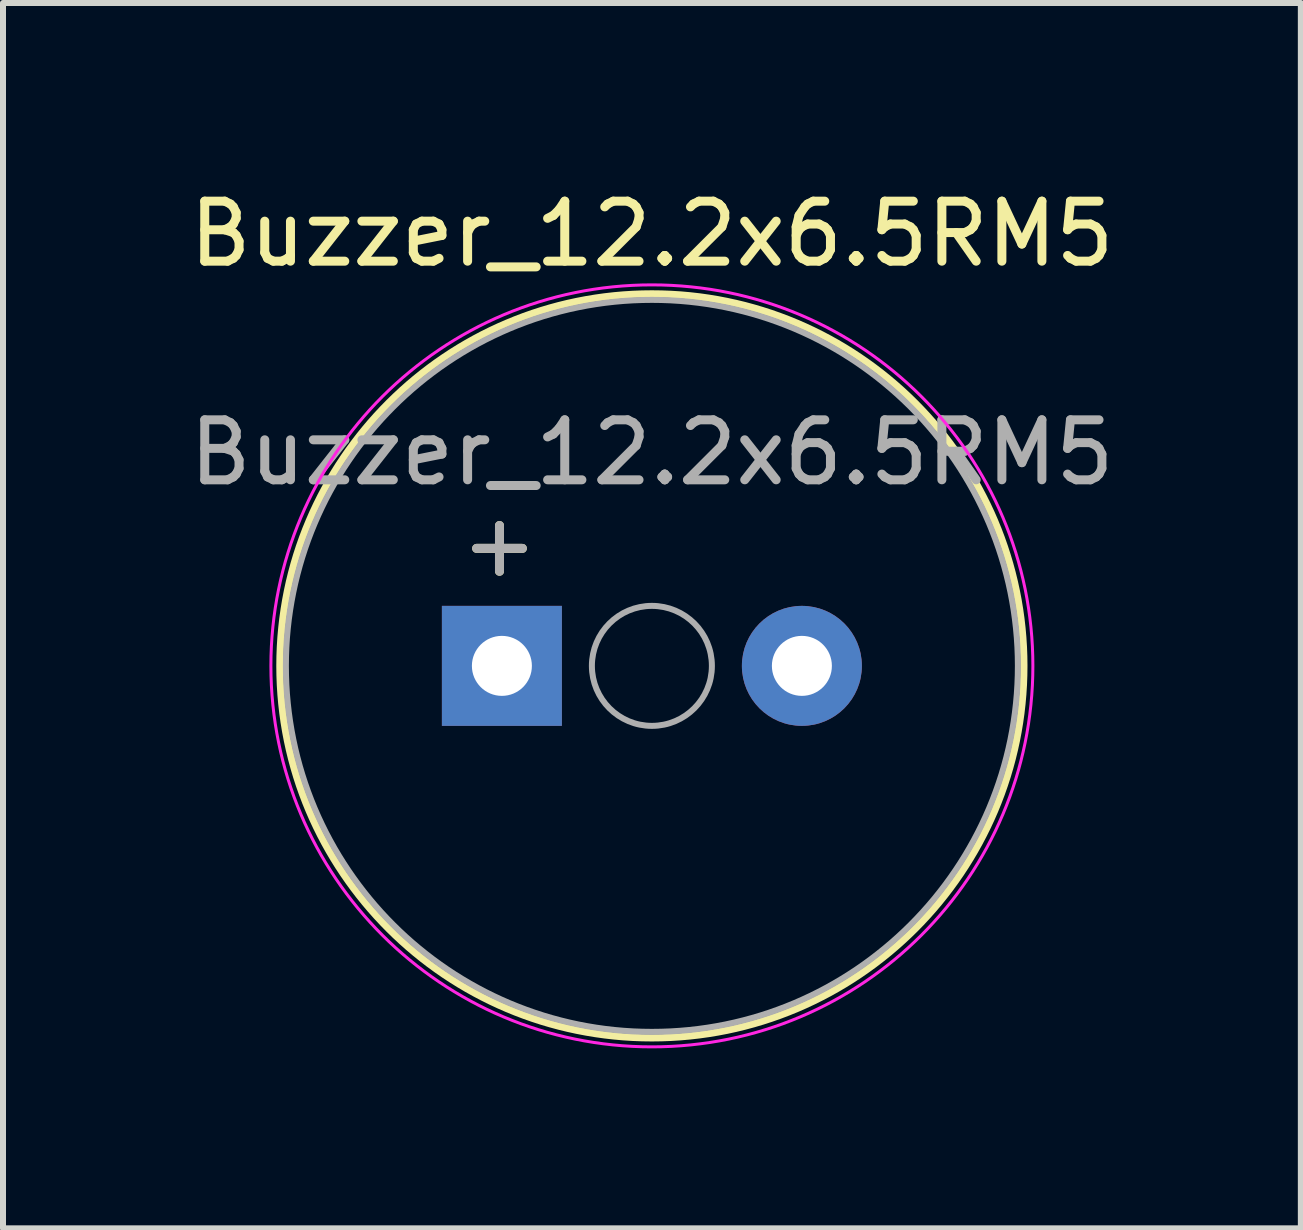
<source format=kicad_pcb>
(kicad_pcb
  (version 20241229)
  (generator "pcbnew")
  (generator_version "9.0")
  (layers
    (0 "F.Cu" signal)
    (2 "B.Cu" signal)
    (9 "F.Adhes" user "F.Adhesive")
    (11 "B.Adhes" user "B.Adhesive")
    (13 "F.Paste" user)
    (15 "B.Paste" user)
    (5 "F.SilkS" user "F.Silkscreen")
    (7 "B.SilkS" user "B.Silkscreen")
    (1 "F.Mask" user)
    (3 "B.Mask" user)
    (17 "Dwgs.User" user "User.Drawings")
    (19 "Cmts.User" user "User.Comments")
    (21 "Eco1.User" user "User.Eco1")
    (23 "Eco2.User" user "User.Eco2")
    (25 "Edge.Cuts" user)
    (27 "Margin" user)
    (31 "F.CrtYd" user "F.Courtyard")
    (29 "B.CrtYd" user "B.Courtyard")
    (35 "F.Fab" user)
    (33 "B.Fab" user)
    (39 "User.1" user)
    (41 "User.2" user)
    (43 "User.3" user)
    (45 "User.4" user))
  (footprint "Buzzer_12.2x6.5RM5"
    (layer "F.Cu")
    (at 7.815 8.048)
    (property "Reference" "Buzzer_12.2x6.5RM5" (at 0 -7.2 0) (layer "F.SilkS") (effects (font (size 1 1) (thickness 0.15))))
    (attr through_hole)
    (fp_circle (center 0 0) (end 6.2 0) (stroke (width 0.12) (type solid)) (fill no) (layer "F.SilkS"))
    (fp_circle (center 0 0) (end 6.35 0) (stroke (width 0.05) (type solid)) (fill no) (layer "F.CrtYd"))
    (fp_circle (center 0 0) (end 1 0) (stroke (width 0.1) (type solid)) (fill no) (layer "F.Fab"))
    (fp_circle (center 0 0) (end 6.1 0) (stroke (width 0.1) (type solid)) (fill no) (layer "F.Fab"))
    (fp_text user "+" (at -2.54 -2.032 0) (layer "F.SilkS") (effects (font (size 1 1) (thickness 0.15))))
    (fp_text user "+" (at -2.54 -2.032 0) (layer "F.Fab") (effects (font (size 1 1) (thickness 0.15))))
    (fp_text user "${REFERENCE}" (at 0 -3.556 0) (layer "F.Fab") (effects (font (size 1 1) (thickness 0.15))))
    (pad "1" thru_hole rect (at -2.5 0) (size 2 2) (drill 1) (layers "*.Cu" "*.Mask"))
    (pad "2" thru_hole circle (at 2.5 0) (size 2 2) (drill 1) (layers "*.Cu" "*.Mask")))
  (gr_rect
    (start -3 -3)
    (end 18.631 17.423)
    (stroke (width 0.1) (type default))
    (fill no)
    (layer "Edge.Cuts")))
</source>
